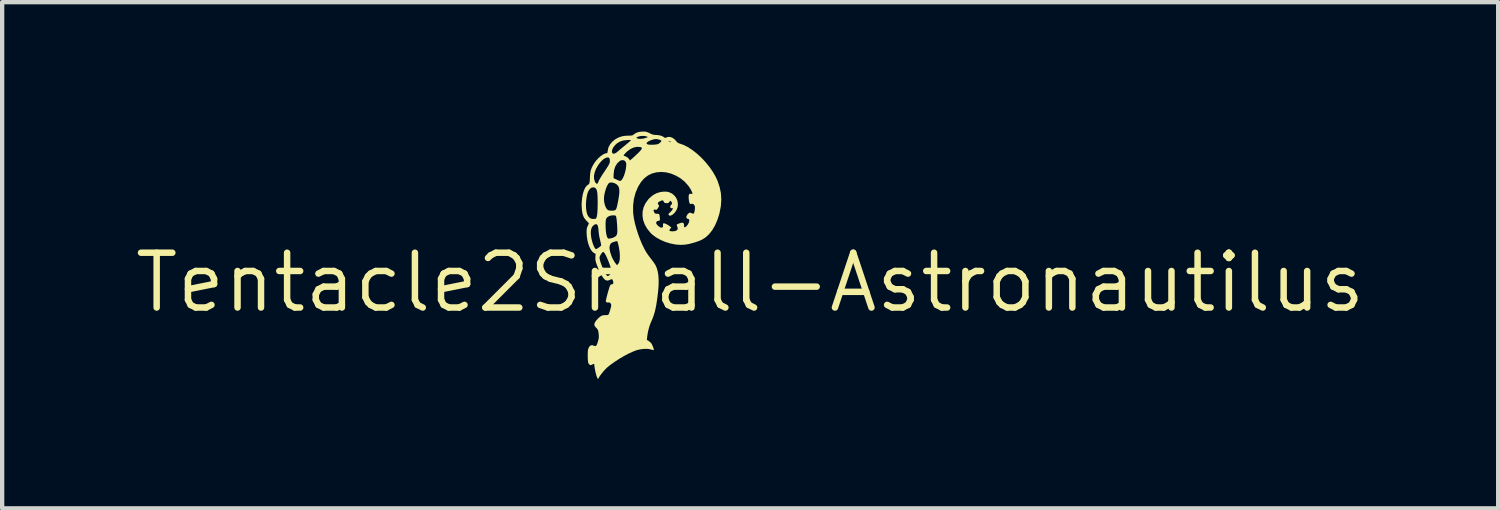
<source format=kicad_pcb>
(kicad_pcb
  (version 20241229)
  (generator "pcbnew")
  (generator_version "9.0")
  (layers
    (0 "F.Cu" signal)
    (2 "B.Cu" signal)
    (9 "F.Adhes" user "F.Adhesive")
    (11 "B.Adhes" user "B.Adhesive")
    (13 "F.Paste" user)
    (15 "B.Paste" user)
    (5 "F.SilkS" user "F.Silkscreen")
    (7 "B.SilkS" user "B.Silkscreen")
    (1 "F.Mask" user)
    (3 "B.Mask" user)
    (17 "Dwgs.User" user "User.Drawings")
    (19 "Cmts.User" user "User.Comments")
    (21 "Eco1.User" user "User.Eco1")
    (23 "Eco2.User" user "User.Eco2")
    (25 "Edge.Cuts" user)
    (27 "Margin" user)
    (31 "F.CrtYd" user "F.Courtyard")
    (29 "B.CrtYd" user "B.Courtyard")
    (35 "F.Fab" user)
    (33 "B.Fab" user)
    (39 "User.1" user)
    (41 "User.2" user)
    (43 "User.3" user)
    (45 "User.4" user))
  (footprint "Tentacle2Small-Astronautilus"
    (layer "F.Cu")
    (at 14.34 3.499)
    (property "Reference" "Tentacle2Small-Astronautilus" (at 0 0 0) (layer "F.SilkS") (effects (font (size 1.27 1.27) (thickness 0.15))))
    (attr board_only exclude_from_pos_files exclude_from_bom)
    (fp_poly (pts (xy -2.437 -3.498) (xy -2.402 -3.491) (xy -2.367 -3.479) (xy -2.327 -3.46) (xy -2.284 -3.439) (xy -2.25 -3.428) (xy -2.215 -3.422) (xy -2.177 -3.421) (xy -2.108 -3.414) (xy -2.046 -3.396) (xy -1.997 -3.368) (xy -1.991 -3.362) (xy -1.977 -3.353) (xy -1.96 -3.355) (xy -1.939 -3.364) (xy -1.893 -3.376) (xy -1.842 -3.371) (xy -1.791 -3.349) (xy -1.745 -3.313) (xy -1.713 -3.275) (xy -1.689 -3.247) (xy -1.658 -3.229) (xy -1.636 -3.222) (xy -1.538 -3.187) (xy -1.435 -3.134) (xy -1.331 -3.065) (xy -1.228 -2.983) (xy -1.127 -2.89) (xy -1.032 -2.788) (xy -0.944 -2.679) (xy -0.866 -2.567) (xy -0.8 -2.452) (xy -0.757 -2.359) (xy -0.708 -2.214) (xy -0.678 -2.07) (xy -0.669 -1.923) (xy -0.679 -1.773) (xy -0.709 -1.616) (xy -0.715 -1.591) (xy -0.76 -1.449) (xy -0.815 -1.323) (xy -0.88 -1.212) (xy -0.954 -1.119) (xy -1.036 -1.044) (xy -1.121 -0.991) (xy -1.183 -0.964) (xy -1.259 -0.937) (xy -1.341 -0.913) (xy -1.424 -0.892) (xy -1.499 -0.879) (xy -1.505 -0.878) (xy -1.615 -0.872) (xy -1.731 -0.881) (xy -1.85 -0.905) (xy -1.967 -0.941) (xy -2.079 -0.989) (xy -2.181 -1.046) (xy -2.27 -1.112) (xy -2.317 -1.159) (xy -2.391 -1.252) (xy -2.445 -1.349) (xy -2.481 -1.448) (xy -2.496 -1.548) (xy -2.493 -1.647) (xy -2.47 -1.744) (xy -2.427 -1.837) (xy -2.365 -1.923) (xy -2.336 -1.955) (xy -2.256 -2.023) (xy -2.169 -2.071) (xy -2.076 -2.098) (xy -2.02 -2.105) (xy -1.963 -2.107) (xy -1.918 -2.103) (xy -1.879 -2.093) (xy -1.878 -2.093) (xy -1.809 -2.06) (xy -1.754 -2.014) (xy -1.712 -1.957) (xy -1.686 -1.892) (xy -1.675 -1.824) (xy -1.68 -1.755) (xy -1.703 -1.688) (xy -1.743 -1.626) (xy -1.759 -1.608) (xy -1.803 -1.57) (xy -1.84 -1.551) (xy -1.87 -1.551) (xy -1.88 -1.557) (xy -1.894 -1.576) (xy -1.89 -1.595) (xy -1.866 -1.618) (xy -1.864 -1.619) (xy -1.84 -1.641) (xy -1.817 -1.668) (xy -1.799 -1.696) (xy -1.79 -1.716) (xy -1.79 -1.718) (xy -1.799 -1.723) (xy -1.819 -1.723) (xy -1.841 -1.725) (xy -1.85 -1.739) (xy -1.852 -1.751) (xy -1.848 -1.781) (xy -1.833 -1.797) (xy -1.816 -1.818) (xy -1.811 -1.837) (xy -1.817 -1.857) (xy -1.829 -1.876) (xy -1.844 -1.89) (xy -1.857 -1.893) (xy -1.861 -1.888) (xy -1.881 -1.855) (xy -1.91 -1.84) (xy -1.947 -1.84) (xy -1.978 -1.846) (xy -1.995 -1.858) (xy -2.004 -1.876) (xy -2.015 -1.897) (xy -2.032 -1.905) (xy -2.058 -1.899) (xy -2.097 -1.881) (xy -2.129 -1.86) (xy -2.141 -1.839) (xy -2.134 -1.815) (xy -2.122 -1.798) (xy -2.113 -1.786) (xy -2.113 -1.772) (xy -2.123 -1.75) (xy -2.134 -1.731) (xy -2.152 -1.703) (xy -2.166 -1.689) (xy -2.181 -1.686) (xy -2.198 -1.689) (xy -2.227 -1.691) (xy -2.239 -1.681) (xy -2.237 -1.658) (xy -2.227 -1.634) (xy -2.213 -1.609) (xy -2.197 -1.597) (xy -2.171 -1.594) (xy -2.164 -1.594) (xy -2.134 -1.592) (xy -2.113 -1.586) (xy -2.11 -1.584) (xy -2.103 -1.567) (xy -2.098 -1.538) (xy -2.094 -1.503) (xy -2.092 -1.47) (xy -2.093 -1.446) (xy -2.094 -1.443) (xy -2.107 -1.434) (xy -2.13 -1.43) (xy -2.159 -1.421) (xy -2.176 -1.399) (xy -2.178 -1.369) (xy -2.177 -1.367) (xy -2.166 -1.349) (xy -2.144 -1.324) (xy -2.129 -1.309) (xy -2.091 -1.282) (xy -2.059 -1.271) (xy -2.035 -1.276) (xy -2.021 -1.296) (xy -2.02 -1.33) (xy -2.021 -1.358) (xy -2.012 -1.371) (xy -2.009 -1.372) (xy -1.988 -1.371) (xy -1.957 -1.36) (xy -1.919 -1.341) (xy -1.882 -1.318) (xy -1.862 -1.302) (xy -1.827 -1.273) (xy -1.851 -1.248) (xy -1.87 -1.221) (xy -1.872 -1.203) (xy -1.855 -1.192) (xy -1.818 -1.187) (xy -1.795 -1.186) (xy -1.741 -1.192) (xy -1.703 -1.208) (xy -1.682 -1.232) (xy -1.679 -1.265) (xy -1.689 -1.292) (xy -1.7 -1.318) (xy -1.702 -1.338) (xy -1.701 -1.34) (xy -1.689 -1.35) (xy -1.663 -1.362) (xy -1.631 -1.374) (xy -1.598 -1.384) (xy -1.573 -1.388) (xy -1.572 -1.388) (xy -1.548 -1.378) (xy -1.534 -1.354) (xy -1.532 -1.321) (xy -1.532 -1.32) (xy -1.533 -1.291) (xy -1.522 -1.279) (xy -1.502 -1.284) (xy -1.473 -1.308) (xy -1.47 -1.312) (xy -1.444 -1.345) (xy -1.425 -1.381) (xy -1.414 -1.416) (xy -1.412 -1.446) (xy -1.419 -1.466) (xy -1.434 -1.472) (xy -1.453 -1.478) (xy -1.467 -1.487) (xy -1.48 -1.508) (xy -1.476 -1.539) (xy -1.454 -1.576) (xy -1.445 -1.588) (xy -1.414 -1.614) (xy -1.381 -1.619) (xy -1.347 -1.603) (xy -1.324 -1.594) (xy -1.307 -1.601) (xy -1.295 -1.627) (xy -1.285 -1.672) (xy -1.283 -1.688) (xy -1.28 -1.729) (xy -1.281 -1.757) (xy -1.287 -1.779) (xy -1.293 -1.789) (xy -1.315 -1.817) (xy -1.338 -1.826) (xy -1.364 -1.821) (xy -1.385 -1.818) (xy -1.4 -1.833) (xy -1.402 -1.835) (xy -1.412 -1.862) (xy -1.42 -1.903) (xy -1.425 -1.948) (xy -1.426 -1.992) (xy -1.422 -2.026) (xy -1.421 -2.028) (xy -1.413 -2.049) (xy -1.4 -2.057) (xy -1.374 -2.057) (xy -1.372 -2.057) (xy -1.347 -2.055) (xy -1.337 -2.06) (xy -1.339 -2.074) (xy -1.34 -2.078) (xy -1.358 -2.12) (xy -1.386 -2.172) (xy -1.422 -2.227) (xy -1.447 -2.259) (xy -1.525 -2.344) (xy -1.618 -2.418) (xy -1.722 -2.478) (xy -1.832 -2.524) (xy -1.944 -2.553) (xy -2.056 -2.563) (xy -2.058 -2.563) (xy -2.172 -2.554) (xy -2.276 -2.527) (xy -2.369 -2.482) (xy -2.452 -2.418) (xy -2.526 -2.335) (xy -2.59 -2.234) (xy -2.604 -2.207) (xy -2.659 -2.074) (xy -2.696 -1.931) (xy -2.714 -1.781) (xy -2.713 -1.626) (xy -2.711 -1.599) (xy -2.697 -1.495) (xy -2.673 -1.378) (xy -2.639 -1.253) (xy -2.599 -1.126) (xy -2.553 -1.001) (xy -2.503 -0.883) (xy -2.451 -0.777) (xy -2.428 -0.735) (xy -2.412 -0.707) (xy -2.395 -0.681) (xy -2.376 -0.654) (xy -2.353 -0.621) (xy -2.323 -0.581) (xy -2.284 -0.53) (xy -2.238 -0.47) (xy -2.197 -0.407) (xy -2.165 -0.335) (xy -2.142 -0.253) (xy -2.127 -0.16) (xy -2.121 -0.053) (xy -2.123 0.069) (xy -2.134 0.207) (xy -2.153 0.362) (xy -2.161 0.418) (xy -2.177 0.521) (xy -2.194 0.609) (xy -2.213 0.686) (xy -2.235 0.759) (xy -2.262 0.833) (xy -2.296 0.913) (xy -2.303 0.928) (xy -2.333 1.009) (xy -2.36 1.102) (xy -2.379 1.2) (xy -2.388 1.266) (xy -2.395 1.329) (xy -2.354 1.354) (xy -2.323 1.378) (xy -2.295 1.406) (xy -2.291 1.412) (xy -2.275 1.439) (xy -2.26 1.473) (xy -2.246 1.508) (xy -2.237 1.539) (xy -2.233 1.56) (xy -2.237 1.568) (xy -2.252 1.565) (xy -2.281 1.558) (xy -2.307 1.55) (xy -2.371 1.539) (xy -2.447 1.538) (xy -2.529 1.546) (xy -2.61 1.563) (xy -2.64 1.572) (xy -2.727 1.606) (xy -2.825 1.651) (xy -2.929 1.707) (xy -3.034 1.769) (xy -3.137 1.836) (xy -3.233 1.904) (xy -3.308 1.964) (xy -3.342 1.996) (xy -3.382 2.038) (xy -3.422 2.085) (xy -3.458 2.131) (xy -3.488 2.172) (xy -3.504 2.2) (xy -3.517 2.223) (xy -3.527 2.235) (xy -3.528 2.235) (xy -3.536 2.226) (xy -3.548 2.202) (xy -3.558 2.176) (xy -3.57 2.138) (xy -3.583 2.087) (xy -3.595 2.031) (xy -3.605 1.978) (xy -3.611 1.933) (xy -3.612 1.91) (xy -3.616 1.891) (xy -3.629 1.887) (xy -3.654 1.897) (xy -3.666 1.904) (xy -3.693 1.915) (xy -3.712 1.913) (xy -3.715 1.911) (xy -3.735 1.894) (xy -3.749 1.871) (xy -3.758 1.838) (xy -3.763 1.79) (xy -3.765 1.727) (xy -3.766 1.7) (xy -3.765 1.64) (xy -3.763 1.597) (xy -3.76 1.565) (xy -3.753 1.54) (xy -3.744 1.516) (xy -3.742 1.512) (xy -3.717 1.473) (xy -3.687 1.454) (xy -3.651 1.455) (xy -3.637 1.46) (xy -3.606 1.472) (xy -3.584 1.473) (xy -3.566 1.461) (xy -3.551 1.434) (xy -3.535 1.388) (xy -3.533 1.38) (xy -3.518 1.331) (xy -3.511 1.294) (xy -3.508 1.259) (xy -3.51 1.218) (xy -3.511 1.202) (xy -3.517 1.151) (xy -3.524 1.115) (xy -3.537 1.087) (xy -3.556 1.062) (xy -3.576 1.043) (xy -3.604 1.009) (xy -3.613 0.974) (xy -3.604 0.936) (xy -3.577 0.892) (xy -3.566 0.877) (xy -3.534 0.842) (xy -3.499 0.809) (xy -3.474 0.789) (xy -3.444 0.771) (xy -3.416 0.761) (xy -3.38 0.757) (xy -3.361 0.757) (xy -3.317 0.755) (xy -3.292 0.749) (xy -3.283 0.741) (xy -3.272 0.718) (xy -3.259 0.682) (xy -3.245 0.637) (xy -3.233 0.593) (xy -3.224 0.555) (xy -3.22 0.529) (xy -3.22 0.529) (xy -3.226 0.5) (xy -3.242 0.476) (xy -3.263 0.462) (xy -3.278 0.462) (xy -3.304 0.465) (xy -3.329 0.458) (xy -3.345 0.443) (xy -3.347 0.435) (xy -3.344 0.415) (xy -3.336 0.379) (xy -3.325 0.331) (xy -3.311 0.278) (xy -3.296 0.222) (xy -3.28 0.169) (xy -3.266 0.122) (xy -3.255 0.087) (xy -3.247 0.067) (xy -3.246 0.067) (xy -3.228 0.048) (xy -3.212 0.042) (xy -3.185 0.037) (xy -3.173 0.022) (xy -3.174 -0.008) (xy -3.176 -0.021) (xy -3.186 -0.057) (xy -3.198 -0.074) (xy -3.217 -0.076) (xy -3.245 -0.064) (xy -3.247 -0.064) (xy -3.286 -0.047) (xy -3.317 -0.044) (xy -3.348 -0.054) (xy -3.356 -0.058) (xy -3.383 -0.08) (xy -3.414 -0.119) (xy -3.448 -0.172) (xy -3.482 -0.237) (xy -3.515 -0.309) (xy -3.546 -0.386) (xy -3.561 -0.427) (xy -3.577 -0.477) (xy -3.586 -0.516) (xy -3.589 -0.549) (xy -3.588 -0.585) (xy -3.588 -0.587) (xy -3.491 -0.587) (xy -3.49 -0.558) (xy -3.482 -0.517) (xy -3.467 -0.466) (xy -3.447 -0.409) (xy -3.424 -0.351) (xy -3.399 -0.294) (xy -3.373 -0.241) (xy -3.348 -0.198) (xy -3.326 -0.166) (xy -3.308 -0.15) (xy -3.302 -0.148) (xy -3.286 -0.155) (xy -3.271 -0.166) (xy -3.245 -0.185) (xy -3.228 -0.195) (xy -3.208 -0.213) (xy -3.201 -0.23) (xy -3.203 -0.248) (xy -3.212 -0.282) (xy -3.226 -0.327) (xy -3.243 -0.379) (xy -3.252 -0.405) (xy -3.289 -0.502) (xy -3.322 -0.581) (xy -3.352 -0.642) (xy -3.377 -0.683) (xy -3.398 -0.706) (xy -3.408 -0.71) (xy -3.422 -0.701) (xy -3.442 -0.679) (xy -3.462 -0.65) (xy -3.479 -0.618) (xy -3.49 -0.591) (xy -3.491 -0.587) (xy -3.588 -0.587) (xy -3.588 -0.594) (xy -3.582 -0.663) (xy -3.621 -0.684) (xy -3.659 -0.715) (xy -3.695 -0.764) (xy -3.727 -0.828) (xy -3.754 -0.903) (xy -3.774 -0.986) (xy -3.787 -1.074) (xy -3.792 -1.163) (xy -3.792 -1.164) (xy -3.791 -1.186) (xy -3.694 -1.186) (xy -3.693 -1.106) (xy -3.68 -1.02) (xy -3.664 -0.956) (xy -3.646 -0.897) (xy -3.625 -0.845) (xy -3.605 -0.806) (xy -3.586 -0.781) (xy -3.571 -0.773) (xy -3.559 -0.779) (xy -3.535 -0.793) (xy -3.509 -0.811) (xy -3.508 -0.811) (xy -3.261 -0.811) (xy -3.258 -0.773) (xy -3.249 -0.724) (xy -3.242 -0.696) (xy -3.204 -0.584) (xy -3.149 -0.484) (xy -3.126 -0.452) (xy -3.088 -0.401) (xy -3.059 -0.433) (xy -3.042 -0.458) (xy -3.031 -0.49) (xy -3.024 -0.534) (xy -3.021 -0.582) (xy -3.021 -0.638) (xy -3.024 -0.686) (xy -3.029 -0.731) (xy -3.037 -0.782) (xy -3.047 -0.834) (xy -3.057 -0.882) (xy -3.068 -0.922) (xy -3.077 -0.949) (xy -3.083 -0.959) (xy -3.097 -0.958) (xy -3.125 -0.952) (xy -3.16 -0.941) (xy -3.161 -0.941) (xy -3.199 -0.926) (xy -3.222 -0.913) (xy -3.236 -0.897) (xy -3.246 -0.876) (xy -3.257 -0.843) (xy -3.261 -0.811) (xy -3.508 -0.811) (xy -3.48 -0.833) (xy -3.459 -0.852) (xy -3.453 -0.864) (xy -3.456 -0.881) (xy -3.462 -0.913) (xy -3.472 -0.955) (xy -3.48 -0.987) (xy -3.493 -1.044) (xy -3.504 -1.105) (xy -3.511 -1.161) (xy -3.513 -1.179) (xy -3.519 -1.25) (xy -3.528 -1.301) (xy -3.54 -1.331) (xy -3.352 -1.331) (xy -3.349 -1.243) (xy -3.342 -1.167) (xy -3.331 -1.103) (xy -3.317 -1.057) (xy -3.308 -1.039) (xy -3.295 -1.024) (xy -3.279 -1.018) (xy -3.25 -1.02) (xy -3.245 -1.021) (xy -3.204 -1.03) (xy -3.163 -1.045) (xy -3.157 -1.049) (xy -3.124 -1.068) (xy -3.102 -1.089) (xy -3.088 -1.118) (xy -3.081 -1.156) (xy -3.079 -1.21) (xy -3.08 -1.239) (xy -3.082 -1.297) (xy -3.086 -1.359) (xy -3.091 -1.418) (xy -3.097 -1.472) (xy -3.104 -1.514) (xy -3.11 -1.54) (xy -3.11 -1.541) (xy -3.125 -1.552) (xy -3.153 -1.557) (xy -3.19 -1.557) (xy -3.229 -1.552) (xy -3.263 -1.542) (xy -3.273 -1.537) (xy -3.304 -1.519) (xy -3.326 -1.498) (xy -3.34 -1.472) (xy -3.348 -1.437) (xy -3.351 -1.388) (xy -3.352 -1.331) (xy -3.54 -1.331) (xy -3.541 -1.334) (xy -3.559 -1.35) (xy -3.582 -1.352) (xy -3.611 -1.34) (xy -3.615 -1.338) (xy -3.655 -1.303) (xy -3.681 -1.252) (xy -3.694 -1.186) (xy -3.791 -1.186) (xy -3.791 -1.215) (xy -3.786 -1.254) (xy -3.776 -1.287) (xy -3.765 -1.312) (xy -3.751 -1.343) (xy -3.742 -1.365) (xy -3.739 -1.373) (xy -3.746 -1.382) (xy -3.764 -1.401) (xy -3.789 -1.427) (xy -3.79 -1.428) (xy -3.82 -1.461) (xy -3.845 -1.495) (xy -3.859 -1.518) (xy -3.884 -1.587) (xy -3.899 -1.668) (xy -3.906 -1.758) (xy -3.906 -1.811) (xy -3.807 -1.811) (xy -3.804 -1.726) (xy -3.802 -1.703) (xy -3.791 -1.631) (xy -3.776 -1.577) (xy -3.754 -1.535) (xy -3.724 -1.503) (xy -3.708 -1.49) (xy -3.681 -1.479) (xy -3.646 -1.473) (xy -3.61 -1.473) (xy -3.582 -1.479) (xy -3.572 -1.486) (xy -3.559 -1.513) (xy -3.549 -1.561) (xy -3.541 -1.628) (xy -3.537 -1.714) (xy -3.535 -1.819) (xy -3.535 -1.849) (xy -3.536 -1.938) (xy -3.389 -1.938) (xy -3.385 -1.872) (xy -3.372 -1.811) (xy -3.353 -1.756) (xy -3.329 -1.712) (xy -3.301 -1.682) (xy -3.275 -1.671) (xy -3.217 -1.665) (xy -3.169 -1.667) (xy -3.142 -1.673) (xy -3.127 -1.68) (xy -3.115 -1.691) (xy -3.105 -1.708) (xy -3.095 -1.735) (xy -3.085 -1.773) (xy -3.073 -1.828) (xy -3.06 -1.893) (xy -3.044 -1.988) (xy -3.034 -2.065) (xy -3.032 -2.127) (xy -3.037 -2.178) (xy -3.049 -2.218) (xy -3.06 -2.238) (xy -3.093 -2.274) (xy -3.14 -2.301) (xy -3.192 -2.317) (xy -3.244 -2.318) (xy -3.257 -2.315) (xy -3.279 -2.3) (xy -3.302 -2.268) (xy -3.325 -2.222) (xy -3.346 -2.167) (xy -3.364 -2.105) (xy -3.379 -2.042) (xy -3.387 -1.98) (xy -3.389 -1.938) (xy -3.536 -1.938) (xy -3.536 -1.945) (xy -3.539 -2.021) (xy -3.544 -2.081) (xy -3.553 -2.127) (xy -3.564 -2.16) (xy -3.58 -2.182) (xy -3.599 -2.197) (xy -3.599 -2.197) (xy -3.639 -2.207) (xy -3.679 -2.198) (xy -3.715 -2.17) (xy -3.747 -2.127) (xy -3.771 -2.069) (xy -3.789 -1.992) (xy -3.801 -1.903) (xy -3.807 -1.811) (xy -3.906 -1.811) (xy -3.906 -1.852) (xy -3.897 -1.947) (xy -3.882 -2.037) (xy -3.859 -2.118) (xy -3.83 -2.186) (xy -3.808 -2.22) (xy -3.784 -2.247) (xy -3.76 -2.266) (xy -3.754 -2.269) (xy -3.741 -2.278) (xy -3.731 -2.292) (xy -3.724 -2.314) (xy -3.719 -2.348) (xy -3.716 -2.397) (xy -3.714 -2.457) (xy -3.713 -2.471) (xy -3.621 -2.471) (xy -3.618 -2.4) (xy -3.599 -2.338) (xy -3.591 -2.322) (xy -3.568 -2.295) (xy -3.548 -2.289) (xy -3.531 -2.303) (xy -3.519 -2.334) (xy -3.509 -2.358) (xy -3.489 -2.396) (xy -3.462 -2.442) (xy -3.447 -2.466) (xy -3.167 -2.466) (xy -3.167 -2.437) (xy -3.164 -2.42) (xy -3.158 -2.412) (xy -3.147 -2.408) (xy -3.147 -2.408) (xy -3.123 -2.399) (xy -3.092 -2.384) (xy -3.079 -2.378) (xy -3.041 -2.36) (xy -3.015 -2.355) (xy -2.994 -2.363) (xy -2.972 -2.386) (xy -2.97 -2.389) (xy -2.944 -2.433) (xy -2.92 -2.491) (xy -2.899 -2.558) (xy -2.883 -2.627) (xy -2.874 -2.692) (xy -2.872 -2.748) (xy -2.875 -2.769) (xy -2.891 -2.807) (xy -2.92 -2.83) (xy -2.957 -2.838) (xy -2.998 -2.83) (xy -3.027 -2.814) (xy -3.084 -2.759) (xy -3.127 -2.689) (xy -3.154 -2.605) (xy -3.165 -2.512) (xy -3.167 -2.466) (xy -3.447 -2.466) (xy -3.43 -2.494) (xy -3.408 -2.527) (xy -3.36 -2.598) (xy -3.323 -2.654) (xy -3.296 -2.698) (xy -3.276 -2.732) (xy -3.263 -2.759) (xy -3.256 -2.78) (xy -3.253 -2.799) (xy -3.252 -2.816) (xy -3.256 -2.863) (xy -3.27 -2.891) (xy -3.295 -2.901) (xy -3.332 -2.895) (xy -3.352 -2.887) (xy -3.4 -2.859) (xy -3.451 -2.813) (xy -3.501 -2.752) (xy -3.528 -2.714) (xy -3.575 -2.631) (xy -3.606 -2.549) (xy -3.621 -2.471) (xy -3.713 -2.471) (xy -3.708 -2.534) (xy -3.695 -2.601) (xy -3.671 -2.665) (xy -3.635 -2.733) (xy -3.611 -2.771) (xy -3.568 -2.829) (xy -3.518 -2.883) (xy -3.466 -2.929) (xy -3.442 -2.946) (xy -2.934 -2.946) (xy -2.925 -2.937) (xy -2.903 -2.929) (xy -2.901 -2.929) (xy -2.874 -2.917) (xy -2.843 -2.898) (xy -2.817 -2.874) (xy -2.8 -2.852) (xy -2.796 -2.842) (xy -2.795 -2.834) (xy -2.79 -2.831) (xy -2.78 -2.836) (xy -2.762 -2.85) (xy -2.734 -2.874) (xy -2.694 -2.91) (xy -2.657 -2.944) (xy -2.598 -3) (xy -2.554 -3.045) (xy -2.526 -3.079) (xy -2.512 -3.104) (xy -2.512 -3.122) (xy -2.525 -3.134) (xy -2.548 -3.141) (xy -2.624 -3.145) (xy -2.701 -3.129) (xy -2.776 -3.094) (xy -2.848 -3.041) (xy -2.871 -3.02) (xy -2.9 -2.99) (xy -2.922 -2.965) (xy -2.933 -2.949) (xy -2.934 -2.946) (xy -3.442 -2.946) (xy -3.414 -2.966) (xy -3.366 -2.99) (xy -3.326 -2.998) (xy -3.315 -3.002) (xy -3.307 -3.018) (xy -3.303 -3.05) (xy -3.302 -3.053) (xy -3.204 -3.053) (xy -3.203 -3.021) (xy -3.193 -2.998) (xy -3.172 -2.986) (xy -3.143 -2.989) (xy -3.106 -3.008) (xy -3.081 -3.028) (xy -3.056 -3.049) (xy -3.02 -3.08) (xy -2.975 -3.117) (xy -2.926 -3.158) (xy -2.902 -3.177) (xy -2.857 -3.214) (xy -2.851 -3.219) (xy -2.401 -3.219) (xy -2.384 -3.205) (xy -2.357 -3.197) (xy -2.318 -3.194) (xy -2.269 -3.193) (xy -2.218 -3.196) (xy -2.172 -3.201) (xy -2.139 -3.208) (xy -2.135 -3.209) (xy -2.113 -3.222) (xy -2.088 -3.242) (xy -2.067 -3.265) (xy -2.063 -3.271) (xy -1.901 -3.271) (xy -1.875 -3.262) (xy -1.847 -3.254) (xy -1.836 -3.254) (xy -1.837 -3.262) (xy -1.838 -3.262) (xy -1.852 -3.27) (xy -1.873 -3.272) (xy -1.901 -3.271) (xy -2.063 -3.271) (xy -2.056 -3.282) (xy -2.055 -3.285) (xy -2.064 -3.294) (xy -2.088 -3.305) (xy -2.12 -3.315) (xy -2.153 -3.323) (xy -2.182 -3.326) (xy -2.228 -3.32) (xy -2.282 -3.305) (xy -2.334 -3.284) (xy -2.373 -3.262) (xy -2.397 -3.239) (xy -2.401 -3.219) (xy -2.851 -3.219) (xy -2.818 -3.247) (xy -2.788 -3.274) (xy -2.77 -3.291) (xy -2.766 -3.296) (xy -2.772 -3.302) (xy -2.797 -3.304) (xy -2.842 -3.303) (xy -2.857 -3.302) (xy -2.946 -3.291) (xy -3.021 -3.266) (xy -3.086 -3.227) (xy -3.134 -3.182) (xy -3.17 -3.136) (xy -3.193 -3.092) (xy -3.204 -3.053) (xy -3.302 -3.053) (xy -3.302 -3.053) (xy -3.286 -3.128) (xy -3.25 -3.198) (xy -3.197 -3.263) (xy -3.13 -3.318) (xy -3.087 -3.343) (xy -3.061 -3.355) (xy -2.641 -3.355) (xy -2.615 -3.34) (xy -2.586 -3.332) (xy -2.544 -3.33) (xy -2.495 -3.334) (xy -2.446 -3.344) (xy -2.412 -3.355) (xy -2.368 -3.372) (xy -2.405 -3.387) (xy -2.442 -3.396) (xy -2.49 -3.398) (xy -2.541 -3.395) (xy -2.585 -3.385) (xy -2.612 -3.374) (xy -2.641 -3.355) (xy -3.061 -3.355) (xy -3.022 -3.373) (xy -2.957 -3.392) (xy -2.886 -3.402) (xy -2.822 -3.404) (xy -2.776 -3.406) (xy -2.745 -3.408) (xy -2.724 -3.414) (xy -2.708 -3.424) (xy -2.695 -3.435) (xy -2.645 -3.468) (xy -2.58 -3.49) (xy -2.503 -3.499) (xy -2.481 -3.499)) (stroke (width 0) (type solid)) (fill yes) (layer "F.SilkS")))
  (gr_rect
    (start -3 -3)
    (end 31.68 8.734)
    (stroke (width 0.1) (type default))
    (fill no)
    (layer "Edge.Cuts")))
</source>
